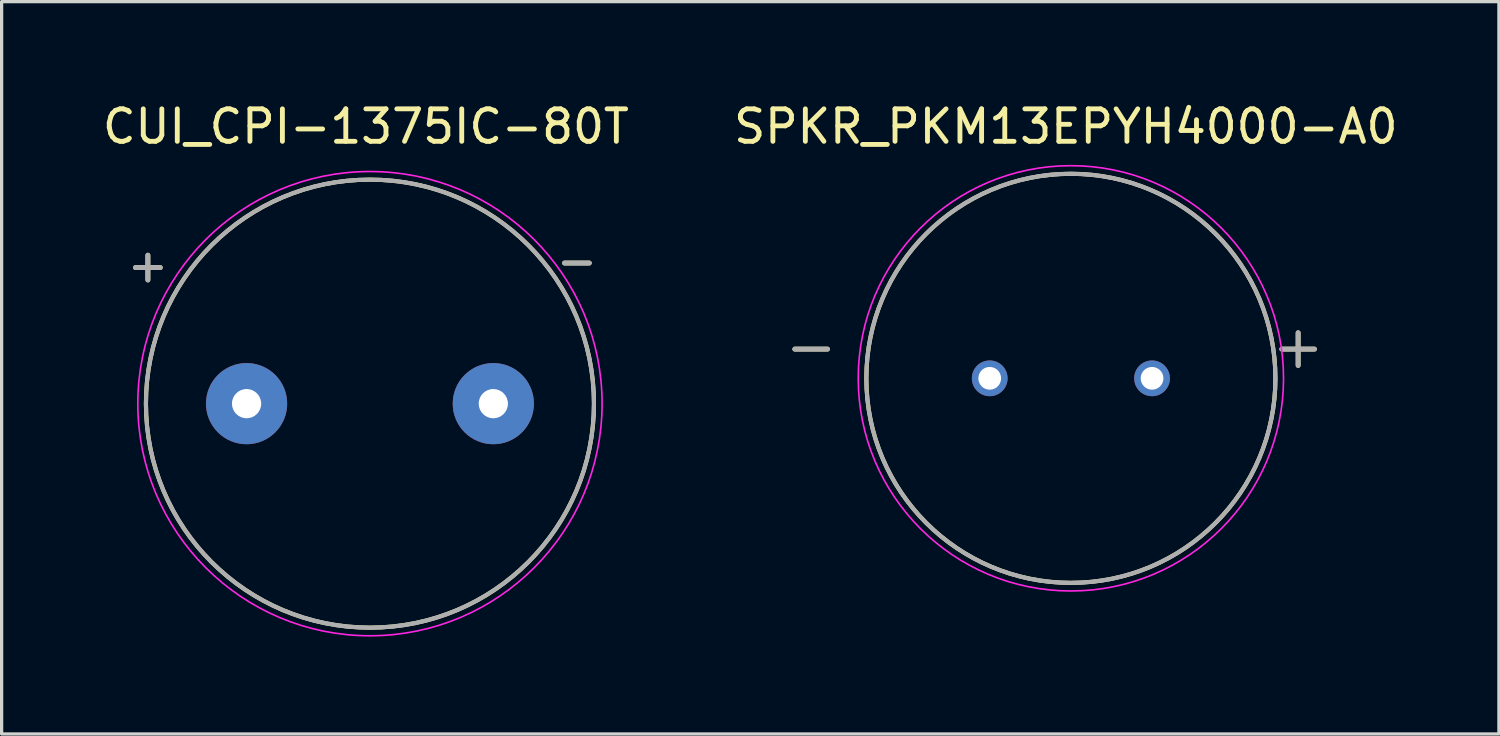
<source format=kicad_pcb>
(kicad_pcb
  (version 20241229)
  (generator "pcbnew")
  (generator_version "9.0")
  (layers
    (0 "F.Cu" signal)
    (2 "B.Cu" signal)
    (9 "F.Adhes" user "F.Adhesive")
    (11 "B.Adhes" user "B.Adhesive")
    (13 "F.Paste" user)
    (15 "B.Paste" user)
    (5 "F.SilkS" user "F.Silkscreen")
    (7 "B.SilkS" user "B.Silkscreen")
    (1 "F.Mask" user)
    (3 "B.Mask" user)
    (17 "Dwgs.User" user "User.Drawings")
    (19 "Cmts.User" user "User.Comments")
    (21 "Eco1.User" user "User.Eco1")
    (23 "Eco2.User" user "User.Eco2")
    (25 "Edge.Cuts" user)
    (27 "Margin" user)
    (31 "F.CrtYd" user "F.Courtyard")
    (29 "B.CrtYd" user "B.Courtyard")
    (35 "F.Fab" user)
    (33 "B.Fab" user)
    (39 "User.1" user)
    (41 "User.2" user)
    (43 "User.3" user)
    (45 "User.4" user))
  (footprint "SPKR_PKM13EPYH4000-A0"
    (layer "F.Cu")
    (at 29.935 8.603)
    (property "Reference" "SPKR_PKM13EPYH4000-A0" (at -0.155 -7.755 0) (layer "F.SilkS") (effects (font (size 1 1) (thickness 0.15))))
    (attr through_hole)
    (fp_circle (center 0 0) (end 6.3 0) (stroke (width 0.127) (type solid)) (fill no) (layer "F.SilkS"))
    (fp_circle (center 0 0) (end 6.55 0) (stroke (width 0.05) (type solid)) (fill no) (layer "F.CrtYd"))
    (fp_circle (center 0 0) (end 6.3 0) (stroke (width 0.127) (type solid)) (fill no) (layer "F.Fab"))
    (fp_text user "-" (at -8 -1 0) (layer "F.SilkS") (effects (font (size 1.32 1.32) (thickness 0.15))))
    (fp_text user "+" (at 7 -1 0) (layer "F.SilkS") (effects (font (size 1.32 1.32) (thickness 0.15))))
    (fp_text user "-" (at -8 -1 0) (layer "F.Fab") (effects (font (size 1.32 1.32) (thickness 0.15))))
    (fp_text user "+" (at 7 -1 0) (layer "F.Fab") (effects (font (size 1.32 1.32) (thickness 0.15))))
    (pad "N" thru_hole circle (at -2.5 0) (size 1.1 1.1) (drill 0.7) (layers "*.Cu" "*.Mask"))
    (pad "P" thru_hole circle (at 2.5 0) (size 1.1 1.1) (drill 0.7) (layers "*.Cu" "*.Mask")))
  (footprint "CUI_CPI-1375IC-80T"
    (layer "F.Cu")
    (at 8.345 9.383)
    (property "Reference" "CUI_CPI-1375IC-80T" (at -0.125 -8.535 0) (layer "F.SilkS") (effects (font (size 1 1) (thickness 0.15))))
    (attr through_hole)
    (fp_circle (center 0 0) (end 6.9 0) (stroke (width 0.127) (type solid)) (fill no) (layer "F.SilkS"))
    (fp_circle (center 0 0) (end 7.15 0) (stroke (width 0.05) (type solid)) (fill no) (layer "F.CrtYd"))
    (fp_circle (center 0 0) (end 6.9 0) (stroke (width 0.127) (type solid)) (fill no) (layer "F.Fab"))
    (fp_text user "+" (at -6.84 -4.265 0) (layer "F.SilkS") (effects (font (size 1 1) (thickness 0.15))))
    (fp_text user "-" (at 6.375 -4.405 0) (layer "F.SilkS") (effects (font (size 1 1) (thickness 0.15))))
    (fp_text user "-" (at 6.375 -4.405 0) (layer "F.Fab") (effects (font (size 1 1) (thickness 0.15))))
    (fp_text user "+" (at -6.84 -4.265 0) (layer "F.Fab") (effects (font (size 1 1) (thickness 0.15))))
    (pad "N" thru_hole circle (at 3.8 0) (size 2.5 2.5) (drill 0.9) (layers "*.Cu" "*.Mask"))
    (pad "P" thru_hole circle (at -3.8 0) (size 2.5 2.5) (drill 0.9) (layers "*.Cu" "*.Mask")))
  (gr_rect
    (start -3 -3)
    (end 43.119 19.558)
    (stroke (width 0.1) (type default))
    (fill no)
    (layer "Edge.Cuts")))
</source>
